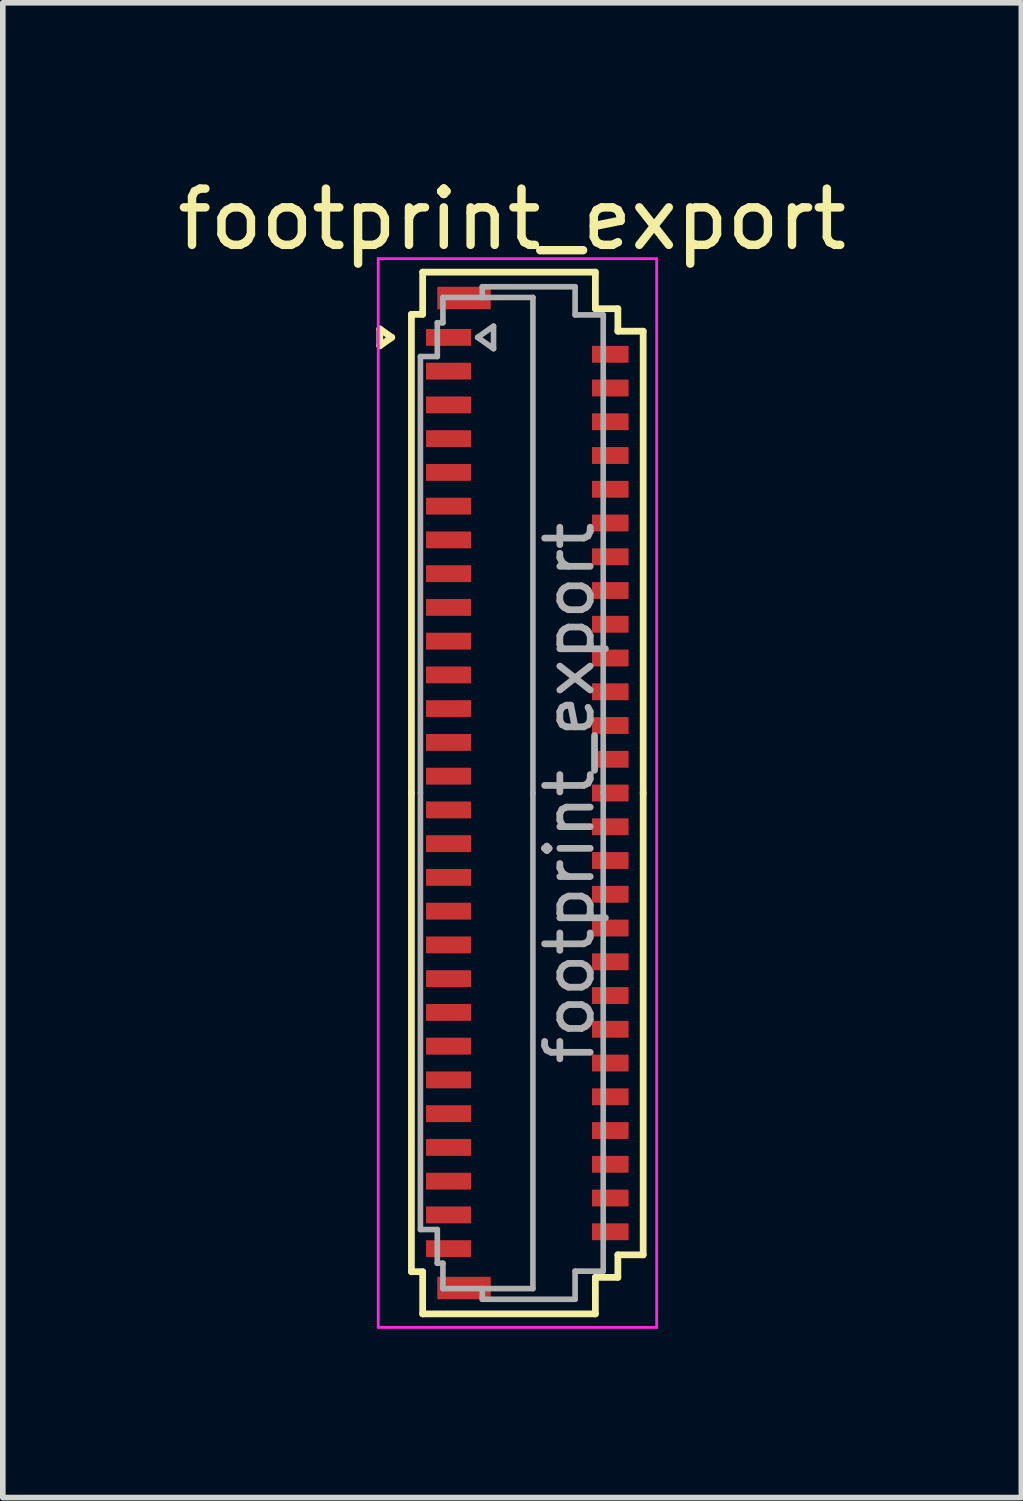
<source format=kicad_pcb>
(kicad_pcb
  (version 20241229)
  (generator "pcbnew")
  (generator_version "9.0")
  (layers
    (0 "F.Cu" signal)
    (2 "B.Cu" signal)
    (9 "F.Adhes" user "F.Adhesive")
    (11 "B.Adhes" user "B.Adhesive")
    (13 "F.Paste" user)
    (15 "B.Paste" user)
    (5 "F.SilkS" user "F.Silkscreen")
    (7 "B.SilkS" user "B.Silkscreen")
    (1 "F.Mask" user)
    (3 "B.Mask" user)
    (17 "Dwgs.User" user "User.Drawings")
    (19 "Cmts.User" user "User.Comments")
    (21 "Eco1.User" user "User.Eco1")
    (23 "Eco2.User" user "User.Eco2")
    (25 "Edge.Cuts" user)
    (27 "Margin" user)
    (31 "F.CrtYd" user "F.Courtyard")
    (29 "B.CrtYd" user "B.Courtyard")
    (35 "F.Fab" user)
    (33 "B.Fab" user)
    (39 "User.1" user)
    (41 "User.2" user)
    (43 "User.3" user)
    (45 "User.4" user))
  (footprint "footprint_export"
    (layer "F.Cu")
    (at 6.324 11.048)
    (property "Reference" "footprint_export" (at -0.27 -10.2 0) (layer "F.SilkS") (effects (font (size 1 1) (thickness 0.15))))
    (attr smd)
    (fp_line (start -2.622 -8.25) (end -2.41 -8.1) (stroke (width 0.12) (type solid)) (layer "F.SilkS"))
    (fp_line (start -2.622 -7.95) (end -2.622 -8.25) (stroke (width 0.12) (type solid)) (layer "F.SilkS"))
    (fp_line (start -2.41 -8.1) (end -2.622 -7.95) (stroke (width 0.12) (type solid)) (layer "F.SilkS"))
    (fp_line (start -2.06 -8.51) (end -2.06 0) (stroke (width 0.12) (type solid)) (layer "F.SilkS"))
    (fp_line (start -2.06 8.51) (end -2.06 0) (stroke (width 0.12) (type solid)) (layer "F.SilkS"))
    (fp_line (start -1.86 -9.26) (end -1.86 -8.51) (stroke (width 0.12) (type solid)) (layer "F.SilkS"))
    (fp_line (start -1.86 -8.51) (end -2.06 -8.51) (stroke (width 0.12) (type solid)) (layer "F.SilkS"))
    (fp_line (start -1.86 8.51) (end -2.06 8.51) (stroke (width 0.12) (type solid)) (layer "F.SilkS"))
    (fp_line (start -1.86 9.26) (end -1.86 8.51) (stroke (width 0.12) (type solid)) (layer "F.SilkS"))
    (fp_line (start 1.21 -9.26) (end -1.86 -9.26) (stroke (width 0.12) (type solid)) (layer "F.SilkS"))
    (fp_line (start 1.21 -8.61) (end 1.21 -9.26) (stroke (width 0.12) (type solid)) (layer "F.SilkS"))
    (fp_line (start 1.21 8.61) (end 1.21 9.26) (stroke (width 0.12) (type solid)) (layer "F.SilkS"))
    (fp_line (start 1.21 9.26) (end -1.86 9.26) (stroke (width 0.12) (type solid)) (layer "F.SilkS"))
    (fp_line (start 1.61 -8.61) (end 1.21 -8.61) (stroke (width 0.12) (type solid)) (layer "F.SilkS"))
    (fp_line (start 1.61 -8.21) (end 1.61 -8.61) (stroke (width 0.12) (type solid)) (layer "F.SilkS"))
    (fp_line (start 1.61 8.21) (end 1.61 8.61) (stroke (width 0.12) (type solid)) (layer "F.SilkS"))
    (fp_line (start 1.61 8.61) (end 1.21 8.61) (stroke (width 0.12) (type solid)) (layer "F.SilkS"))
    (fp_line (start 2.06 -8.21) (end 1.61 -8.21) (stroke (width 0.12) (type solid)) (layer "F.SilkS"))
    (fp_line (start 2.06 0) (end 2.06 -8.21) (stroke (width 0.12) (type solid)) (layer "F.SilkS"))
    (fp_line (start 2.06 0) (end 2.06 8.21) (stroke (width 0.12) (type solid)) (layer "F.SilkS"))
    (fp_line (start 2.06 8.21) (end 1.61 8.21) (stroke (width 0.12) (type solid)) (layer "F.SilkS"))
    (fp_line (start -2.65 -9.5) (end -2.65 9.5) (stroke (width 0.05) (type solid)) (layer "F.CrtYd"))
    (fp_line (start -2.65 9.5) (end 2.3 9.5) (stroke (width 0.05) (type solid)) (layer "F.CrtYd"))
    (fp_line (start 2.3 -9.5) (end -2.65 -9.5) (stroke (width 0.05) (type solid)) (layer "F.CrtYd"))
    (fp_line (start 2.3 9.5) (end 2.3 -9.5) (stroke (width 0.05) (type solid)) (layer "F.CrtYd"))
    (fp_line (start -1.9 -7.76) (end -1.6 -7.76) (stroke (width 0.1) (type solid)) (layer "F.Fab"))
    (fp_line (start -1.9 0) (end -1.9 -7.76) (stroke (width 0.1) (type solid)) (layer "F.Fab"))
    (fp_line (start -1.9 0) (end -1.9 7.76) (stroke (width 0.1) (type solid)) (layer "F.Fab"))
    (fp_line (start -1.9 7.76) (end -1.6 7.76) (stroke (width 0.1) (type solid)) (layer "F.Fab"))
    (fp_line (start -1.6 -8.36) (end -1.5 -8.36) (stroke (width 0.1) (type solid)) (layer "F.Fab"))
    (fp_line (start -1.6 -7.76) (end -1.6 -8.36) (stroke (width 0.1) (type solid)) (layer "F.Fab"))
    (fp_line (start -1.6 7.76) (end -1.6 8.36) (stroke (width 0.1) (type solid)) (layer "F.Fab"))
    (fp_line (start -1.6 8.36) (end -1.5 8.36) (stroke (width 0.1) (type solid)) (layer "F.Fab"))
    (fp_line (start -1.5 -8.81) (end -0.8 -8.81) (stroke (width 0.1) (type solid)) (layer "F.Fab"))
    (fp_line (start -1.5 -8.36) (end -1.5 -8.81) (stroke (width 0.1) (type solid)) (layer "F.Fab"))
    (fp_line (start -1.5 8.36) (end -1.5 8.81) (stroke (width 0.1) (type solid)) (layer "F.Fab"))
    (fp_line (start -1.5 8.81) (end -0.8 8.81) (stroke (width 0.1) (type solid)) (layer "F.Fab"))
    (fp_line (start -0.883 -8.1) (end -0.6 -7.9) (stroke (width 0.1) (type solid)) (layer "F.Fab"))
    (fp_line (start -0.8 -9) (end 0.85 -9) (stroke (width 0.1) (type solid)) (layer "F.Fab"))
    (fp_line (start -0.8 -8.81) (end -0.8 -9) (stroke (width 0.1) (type solid)) (layer "F.Fab"))
    (fp_line (start -0.8 8.81) (end -0.8 9) (stroke (width 0.1) (type solid)) (layer "F.Fab"))
    (fp_line (start -0.8 9) (end 0.85 9) (stroke (width 0.1) (type solid)) (layer "F.Fab"))
    (fp_line (start -0.6 -8.3) (end -0.883 -8.1) (stroke (width 0.1) (type solid)) (layer "F.Fab"))
    (fp_line (start -0.6 -7.9) (end -0.6 -8.3) (stroke (width 0.1) (type solid)) (layer "F.Fab"))
    (fp_line (start 0.1 -8.81) (end -0.8 -8.81) (stroke (width 0.1) (type solid)) (layer "F.Fab"))
    (fp_line (start 0.1 0) (end 0.1 -8.81) (stroke (width 0.1) (type solid)) (layer "F.Fab"))
    (fp_line (start 0.1 0) (end 0.1 8.81) (stroke (width 0.1) (type solid)) (layer "F.Fab"))
    (fp_line (start 0.1 8.81) (end -0.8 8.81) (stroke (width 0.1) (type solid)) (layer "F.Fab"))
    (fp_line (start 0.85 -9) (end 0.85 -8.5) (stroke (width 0.1) (type solid)) (layer "F.Fab"))
    (fp_line (start 0.85 -8.5) (end 1.35 -8.5) (stroke (width 0.1) (type solid)) (layer "F.Fab"))
    (fp_line (start 0.85 8.5) (end 1.35 8.5) (stroke (width 0.1) (type solid)) (layer "F.Fab"))
    (fp_line (start 0.85 9) (end 0.85 8.5) (stroke (width 0.1) (type solid)) (layer "F.Fab"))
    (fp_line (start 1.35 -8.5) (end 1.35 0) (stroke (width 0.1) (type solid)) (layer "F.Fab"))
    (fp_line (start 1.35 8.5) (end 1.35 0) (stroke (width 0.1) (type solid)) (layer "F.Fab"))
    (fp_text user "${REFERENCE}" (at 0.75 0 90) (layer "F.Fab") (effects (font (size 0.81 0.81) (thickness 0.12))))
    (pad "1" smd rect (at -1.4 -8.1) (size 0.8 0.3) (layers "F.Cu" "F.Mask" "F.Paste"))
    (pad "2" smd rect (at 1.475 -7.8) (size 0.65 0.3) (layers "F.Cu" "F.Mask" "F.Paste"))
    (pad "3" smd rect (at -1.4 -7.5) (size 0.8 0.3) (layers "F.Cu" "F.Mask" "F.Paste"))
    (pad "4" smd rect (at 1.475 -7.2) (size 0.65 0.3) (layers "F.Cu" "F.Mask" "F.Paste"))
    (pad "5" smd rect (at -1.4 -6.9) (size 0.8 0.3) (layers "F.Cu" "F.Mask" "F.Paste"))
    (pad "6" smd rect (at 1.475 -6.6) (size 0.65 0.3) (layers "F.Cu" "F.Mask" "F.Paste"))
    (pad "7" smd rect (at -1.4 -6.3) (size 0.8 0.3) (layers "F.Cu" "F.Mask" "F.Paste"))
    (pad "8" smd rect (at 1.475 -6) (size 0.65 0.3) (layers "F.Cu" "F.Mask" "F.Paste"))
    (pad "9" smd rect (at -1.4 -5.7) (size 0.8 0.3) (layers "F.Cu" "F.Mask" "F.Paste"))
    (pad "10" smd rect (at 1.475 -5.4) (size 0.65 0.3) (layers "F.Cu" "F.Mask" "F.Paste"))
    (pad "11" smd rect (at -1.4 -5.1) (size 0.8 0.3) (layers "F.Cu" "F.Mask" "F.Paste"))
    (pad "12" smd rect (at 1.475 -4.8) (size 0.65 0.3) (layers "F.Cu" "F.Mask" "F.Paste"))
    (pad "13" smd rect (at -1.4 -4.5) (size 0.8 0.3) (layers "F.Cu" "F.Mask" "F.Paste"))
    (pad "14" smd rect (at 1.475 -4.2) (size 0.65 0.3) (layers "F.Cu" "F.Mask" "F.Paste"))
    (pad "15" smd rect (at -1.4 -3.9) (size 0.8 0.3) (layers "F.Cu" "F.Mask" "F.Paste"))
    (pad "16" smd rect (at 1.475 -3.6) (size 0.65 0.3) (layers "F.Cu" "F.Mask" "F.Paste"))
    (pad "17" smd rect (at -1.4 -3.3) (size 0.8 0.3) (layers "F.Cu" "F.Mask" "F.Paste"))
    (pad "18" smd rect (at 1.475 -3) (size 0.65 0.3) (layers "F.Cu" "F.Mask" "F.Paste"))
    (pad "19" smd rect (at -1.4 -2.7) (size 0.8 0.3) (layers "F.Cu" "F.Mask" "F.Paste"))
    (pad "20" smd rect (at 1.475 -2.4) (size 0.65 0.3) (layers "F.Cu" "F.Mask" "F.Paste"))
    (pad "21" smd rect (at -1.4 -2.1) (size 0.8 0.3) (layers "F.Cu" "F.Mask" "F.Paste"))
    (pad "22" smd rect (at 1.475 -1.8) (size 0.65 0.3) (layers "F.Cu" "F.Mask" "F.Paste"))
    (pad "23" smd rect (at -1.4 -1.5) (size 0.8 0.3) (layers "F.Cu" "F.Mask" "F.Paste"))
    (pad "24" smd rect (at 1.475 -1.2) (size 0.65 0.3) (layers "F.Cu" "F.Mask" "F.Paste"))
    (pad "25" smd rect (at -1.4 -0.9) (size 0.8 0.3) (layers "F.Cu" "F.Mask" "F.Paste"))
    (pad "26" smd rect (at 1.475 -0.6) (size 0.65 0.3) (layers "F.Cu" "F.Mask" "F.Paste"))
    (pad "27" smd rect (at -1.4 -0.3) (size 0.8 0.3) (layers "F.Cu" "F.Mask" "F.Paste"))
    (pad "28" smd rect (at 1.475 0) (size 0.65 0.3) (layers "F.Cu" "F.Mask" "F.Paste"))
    (pad "29" smd rect (at -1.4 0.3) (size 0.8 0.3) (layers "F.Cu" "F.Mask" "F.Paste"))
    (pad "30" smd rect (at 1.475 0.6) (size 0.65 0.3) (layers "F.Cu" "F.Mask" "F.Paste"))
    (pad "31" smd rect (at -1.4 0.9) (size 0.8 0.3) (layers "F.Cu" "F.Mask" "F.Paste"))
    (pad "32" smd rect (at 1.475 1.2) (size 0.65 0.3) (layers "F.Cu" "F.Mask" "F.Paste"))
    (pad "33" smd rect (at -1.4 1.5) (size 0.8 0.3) (layers "F.Cu" "F.Mask" "F.Paste"))
    (pad "34" smd rect (at 1.475 1.8) (size 0.65 0.3) (layers "F.Cu" "F.Mask" "F.Paste"))
    (pad "35" smd rect (at -1.4 2.1) (size 0.8 0.3) (layers "F.Cu" "F.Mask" "F.Paste"))
    (pad "36" smd rect (at 1.475 2.4) (size 0.65 0.3) (layers "F.Cu" "F.Mask" "F.Paste"))
    (pad "37" smd rect (at -1.4 2.7) (size 0.8 0.3) (layers "F.Cu" "F.Mask" "F.Paste"))
    (pad "38" smd rect (at 1.475 3) (size 0.65 0.3) (layers "F.Cu" "F.Mask" "F.Paste"))
    (pad "39" smd rect (at -1.4 3.3) (size 0.8 0.3) (layers "F.Cu" "F.Mask" "F.Paste"))
    (pad "40" smd rect (at 1.475 3.6) (size 0.65 0.3) (layers "F.Cu" "F.Mask" "F.Paste"))
    (pad "41" smd rect (at -1.4 3.9) (size 0.8 0.3) (layers "F.Cu" "F.Mask" "F.Paste"))
    (pad "42" smd rect (at 1.475 4.2) (size 0.65 0.3) (layers "F.Cu" "F.Mask" "F.Paste"))
    (pad "43" smd rect (at -1.4 4.5) (size 0.8 0.3) (layers "F.Cu" "F.Mask" "F.Paste"))
    (pad "44" smd rect (at 1.475 4.8) (size 0.65 0.3) (layers "F.Cu" "F.Mask" "F.Paste"))
    (pad "45" smd rect (at -1.4 5.1) (size 0.8 0.3) (layers "F.Cu" "F.Mask" "F.Paste"))
    (pad "46" smd rect (at 1.475 5.4) (size 0.65 0.3) (layers "F.Cu" "F.Mask" "F.Paste"))
    (pad "47" smd rect (at -1.4 5.7) (size 0.8 0.3) (layers "F.Cu" "F.Mask" "F.Paste"))
    (pad "48" smd rect (at 1.475 6) (size 0.65 0.3) (layers "F.Cu" "F.Mask" "F.Paste"))
    (pad "49" smd rect (at -1.4 6.3) (size 0.8 0.3) (layers "F.Cu" "F.Mask" "F.Paste"))
    (pad "50" smd rect (at 1.475 6.6) (size 0.65 0.3) (layers "F.Cu" "F.Mask" "F.Paste"))
    (pad "51" smd rect (at -1.4 6.9) (size 0.8 0.3) (layers "F.Cu" "F.Mask" "F.Paste"))
    (pad "52" smd rect (at 1.475 7.2) (size 0.65 0.3) (layers "F.Cu" "F.Mask" "F.Paste"))
    (pad "53" smd rect (at -1.4 7.5) (size 0.8 0.3) (layers "F.Cu" "F.Mask" "F.Paste"))
    (pad "54" smd rect (at 1.475 7.8) (size 0.65 0.3) (layers "F.Cu" "F.Mask" "F.Paste"))
    (pad "55" smd rect (at -1.4 8.1) (size 0.8 0.3) (layers "F.Cu" "F.Mask" "F.Paste"))
    (pad "MP" smd rect (at -1.125 -8.8) (size 0.95 0.4) (layers "F.Cu" "F.Mask" "F.Paste"))
    (pad "MP" smd rect (at -1.125 8.8) (size 0.95 0.4) (layers "F.Cu" "F.Mask" "F.Paste")))
  (gr_rect
    (start -3 -3)
    (end 15.107 23.573)
    (stroke (width 0.1) (type default))
    (fill no)
    (layer "Edge.Cuts")))
</source>
